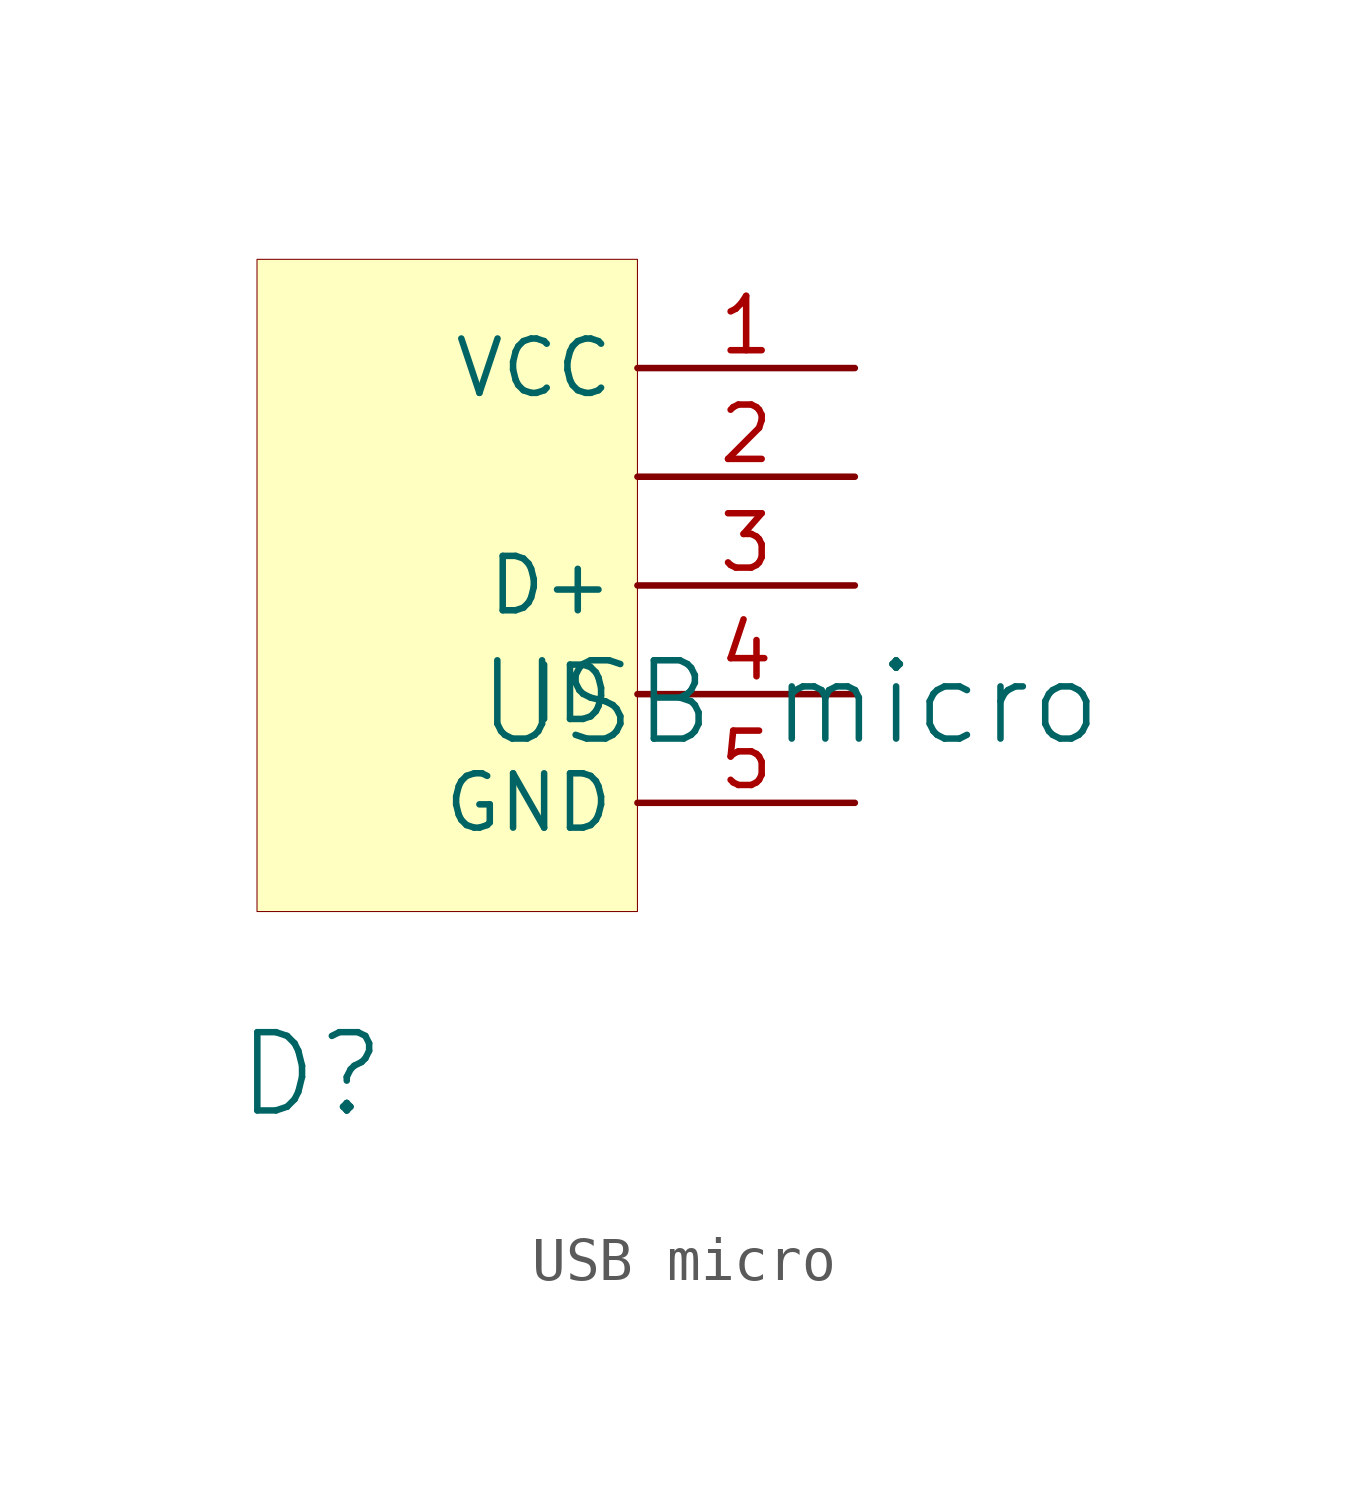
<source format=kicad_sym>
(kicad_symbol_lib
  (version 20241209)
  (generator "kicad_symbol_editor")
  (generator_version "9.0")
  (symbol "USB micro"
    (property "Reference" "D"
      (at -5.08 -11.43 0)
      (effects (font (size 1.829 1.829))))
    (property "Value" "USB micro"
      (at -1.27 -3.81 0)
      (effects (font (size 1.829 1.829)) (justify left bottom)))
    (symbol "USB micro_1_0"
      (rectangle (start 2.54 7.62) (end -6.35 -7.62) (stroke (width 0.025) (type solid) (color 128 0 0 1)) (fill (type background)))
      (pin passive line (at 7.62 5.08 180) (length 5.08) (name "VCC" (effects (font (size 1.27 1.27)))) (number "1" (effects (font (size 1.27 1.27)))))
      (pin passive line (at 7.62 2.54 180) (length 5.08) (name "" (effects (font (size 1.27 1.27)))) (number "2" (effects (font (size 1.27 1.27)))))
      (pin passive line (at 7.62 0 180) (length 5.08) (name "D+" (effects (font (size 1.27 1.27)))) (number "3" (effects (font (size 1.27 1.27)))))
      (pin passive line (at 7.62 -2.54 180) (length 5.08) (name "ID" (effects (font (size 1.27 1.27)))) (number "4" (effects (font (size 1.27 1.27)))))
      (pin passive line (at 7.62 -5.08 180) (length 5.08) (name "GND" (effects (font (size 1.27 1.27)))) (number "5" (effects (font (size 1.27 1.27))))))))
</source>
